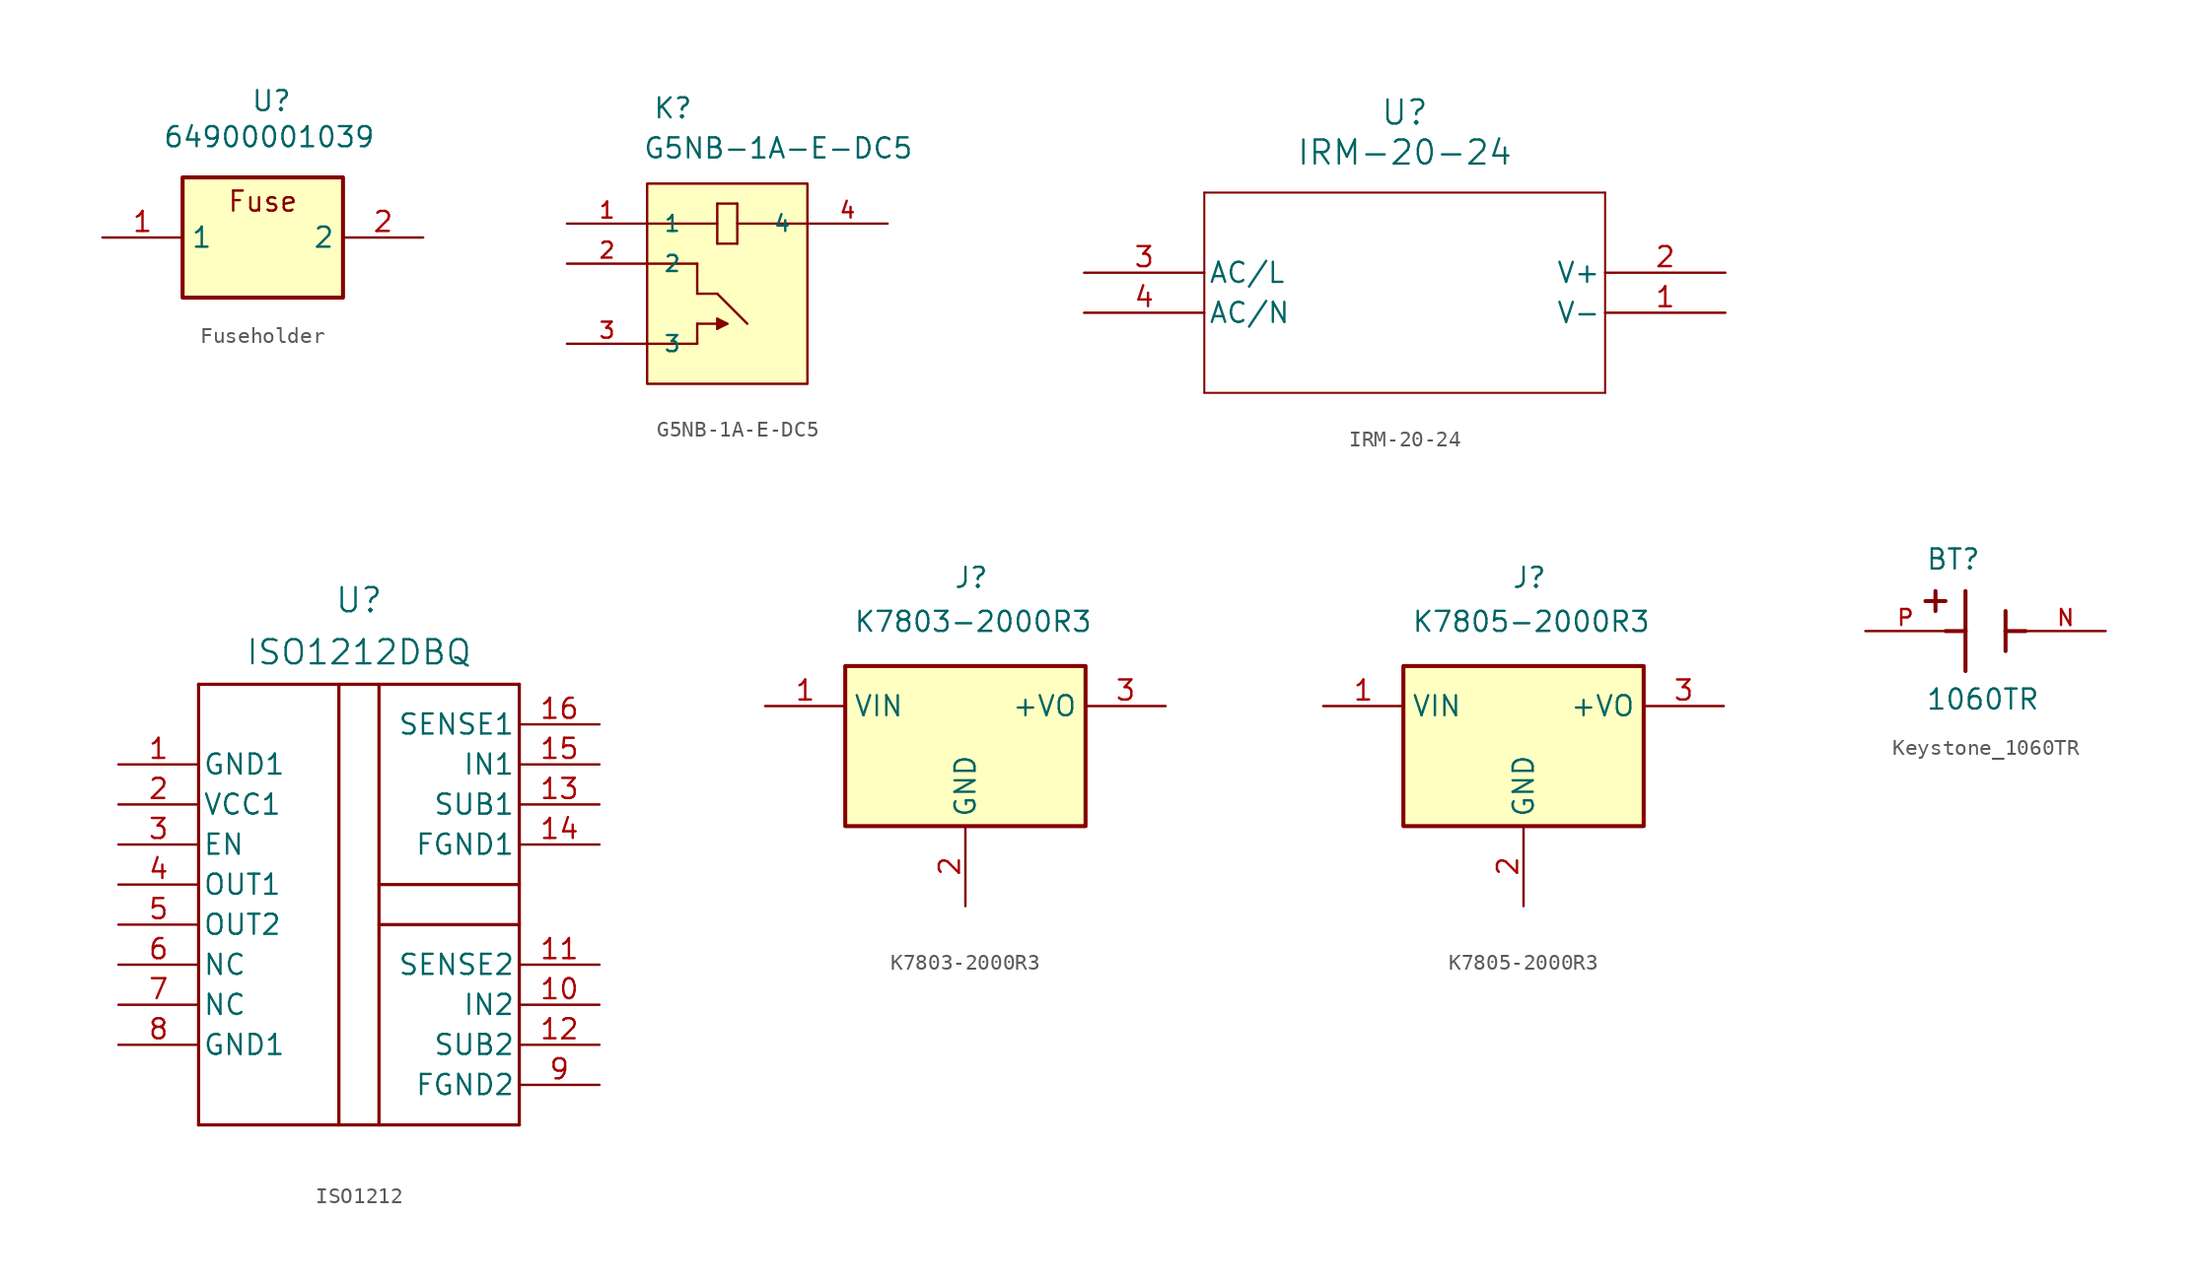
<source format=kicad_sym>
(kicad_symbol_lib
  (version 20231120)
  (generator "kicad_symbol_editor")
  (generator_version "8.0")
  (symbol "Fuseholder"
    (property "Reference" "U"
      (at -0.762 5.588 0)
      (effects (font (size 1.27 1.27)) (justify left top)))
    (property "Value" "64900001039"
      (at -6.35 3.302 0)
      (effects (font (size 1.27 1.27)) (justify left top)))
    (symbol "Fuseholder_1_1"
      (rectangle (start -5.08 0) (end 5.08 -7.62) (stroke (width 0.254) (type default)) (fill (type background)))
      (text "Fuse" (at 0 -1.524 0) (effects (font (size 1.27 1.27))))
      (pin passive line (at -10.16 -3.81 0) (length 5.08) (name "1" (effects (font (size 1.27 1.27)))) (number "1" (effects (font (size 1.27 1.27)))))
      (pin passive line (at 10.16 -3.81 180) (length 5.08) (name "2" (effects (font (size 1.27 1.27)))) (number "2" (effects (font (size 1.27 1.27)))))))
  (symbol "G5NB-1A-E-DC5"
    (pin_names
      (offset 1.016))
    (property "Reference" "K"
      (at 7.975 6.579 0)
      (effects (font (size 1.27 1.27)) (justify left bottom)))
    (property "Value" "G5NB-1A-E-DC5"
      (at 7.335 4.039 0)
      (effects (font (size 1.27 1.27)) (justify left bottom)))
    (symbol "G5NB-1A-E-DC5_0_0"
      (polyline (pts (xy 7.62 -7.62) (xy 10.795 -7.62)) (stroke (width 0.152) (type default)) (fill (type none)))
      (polyline (pts (xy 7.62 -2.54) (xy 10.795 -2.54)) (stroke (width 0.152) (type default)) (fill (type none)))
      (polyline (pts (xy 7.62 0) (xy 12.065 0)) (stroke (width 0.152) (type default)) (fill (type none)))
      (polyline (pts (xy 10.795 -7.62) (xy 10.795 -6.35)) (stroke (width 0.152) (type default)) (fill (type none)))
      (polyline (pts (xy 10.795 -6.35) (xy 12.065 -6.35)) (stroke (width 0.152) (type default)) (fill (type none)))
      (polyline (pts (xy 10.795 -4.445) (xy 12.065 -4.445)) (stroke (width 0.152) (type default)) (fill (type none)))
      (polyline (pts (xy 10.795 -2.54) (xy 10.795 -4.445)) (stroke (width 0.152) (type default)) (fill (type none)))
      (polyline (pts (xy 12.065 -6.668) (xy 12.7 -6.35)) (stroke (width 0.152) (type default)) (fill (type none)))
      (polyline (pts (xy 12.065 -6.032) (xy 12.065 -6.668)) (stroke (width 0.152) (type default)) (fill (type none)))
      (polyline (pts (xy 12.065 -4.445) (xy 13.97 -6.35)) (stroke (width 0.152) (type default)) (fill (type none)))
      (polyline (pts (xy 12.065 -1.27) (xy 13.335 -1.27)) (stroke (width 0.152) (type default)) (fill (type none)))
      (polyline (pts (xy 12.065 1.27) (xy 12.065 -1.27)) (stroke (width 0.152) (type default)) (fill (type none)))
      (polyline (pts (xy 12.7 -6.35) (xy 12.065 -6.032)) (stroke (width 0.152) (type default)) (fill (type none)))
      (polyline (pts (xy 13.335 -1.27) (xy 13.335 1.27)) (stroke (width 0.152) (type default)) (fill (type none)))
      (polyline (pts (xy 13.335 0) (xy 17.78 0)) (stroke (width 0.152) (type default)) (fill (type none)))
      (polyline (pts (xy 13.335 1.27) (xy 12.065 1.27)) (stroke (width 0.152) (type default)) (fill (type none)))
      (polyline (pts (xy 12.065 -6.032) (xy 12.065 -6.668) (xy 12.7 -6.35) (xy 12.065 -6.032)) (stroke (width 0.025) (type default)) (fill (type outline)))
      (rectangle (start 7.62 -10.16) (end 17.78 2.54) (stroke (width 0.152) (type default)) (fill (type background)))
      (pin passive line (at 2.54 0 0) (length 5.08) (name "1" (effects (font (size 1.016 1.016)))) (number "1" (effects (font (size 1.016 1.016)))))
      (pin passive line (at 2.54 -2.54 0) (length 5.08) (name "2" (effects (font (size 1.016 1.016)))) (number "2" (effects (font (size 1.016 1.016)))))
      (pin passive line (at 2.54 -7.62 0) (length 5.08) (name "3" (effects (font (size 1.016 1.016)))) (number "3" (effects (font (size 1.016 1.016)))))
      (pin passive line (at 22.86 0 180) (length 5.08) (name "4" (effects (font (size 1.016 1.016)))) (number "4" (effects (font (size 1.016 1.016)))))))
  (symbol "IRM-20-24"
    (pin_names
      (offset 0.254))
    (property "Reference" "U"
      (at 0 5.08 0)
      (effects (font (size 1.524 1.524))))
    (property "Value" "IRM-20-24"
      (at 0 2.54 0)
      (effects (font (size 1.524 1.524))))
    (symbol "IRM-20-24_0_1"
      (polyline (pts (xy -12.7 -12.7) (xy 12.7 -12.7)) (stroke (width 0.127) (type default)) (fill (type none)))
      (polyline (pts (xy -12.7 0) (xy -12.7 -12.7)) (stroke (width 0.127) (type default)) (fill (type none)))
      (polyline (pts (xy 12.7 -12.7) (xy 12.7 0)) (stroke (width 0.127) (type default)) (fill (type none)))
      (polyline (pts (xy 12.7 0) (xy -12.7 0)) (stroke (width 0.127) (type default)) (fill (type none)))
      (pin power_in line (at 20.32 -7.62 180) (length 7.62) (name "V-" (effects (font (size 1.27 1.27)))) (number "1" (effects (font (size 1.27 1.27)))))
      (pin power_in line (at 20.32 -5.08 180) (length 7.62) (name "V+" (effects (font (size 1.27 1.27)))) (number "2" (effects (font (size 1.27 1.27)))))
      (pin unspecified line (at -20.32 -5.08 0) (length 7.62) (name "AC/L" (effects (font (size 1.27 1.27)))) (number "3" (effects (font (size 1.27 1.27)))))
      (pin unspecified line (at -20.32 -7.62 0) (length 7.62) (name "AC/N" (effects (font (size 1.27 1.27)))) (number "4" (effects (font (size 1.27 1.27)))))))
  (symbol "ISO1212"
    (pin_names
      (offset 0.254))
    (property "Reference" "U"
      (at 0 28.194 0)
      (effects (font (size 1.524 1.524))))
    (property "Value" "ISO1212DBQ"
      (at 0 24.892 0)
      (effects (font (size 1.524 1.524))))
    (symbol "ISO1212_0_1"
      (polyline (pts (xy -10.16 -5.08) (xy 10.16 -5.08)) (stroke (width 0.203) (type default)) (fill (type none)))
      (polyline (pts (xy -10.16 22.86) (xy -10.16 -5.08)) (stroke (width 0.203) (type default)) (fill (type none)))
      (polyline (pts (xy -1.27 -5.08) (xy -1.27 22.86)) (stroke (width 0.203) (type default)) (fill (type none)))
      (polyline (pts (xy 1.27 -5.08) (xy 1.27 22.86)) (stroke (width 0.203) (type default)) (fill (type none)))
      (polyline (pts (xy 1.27 7.62) (xy 10.16 7.62)) (stroke (width 0.203) (type default)) (fill (type none)))
      (polyline (pts (xy 1.27 10.16) (xy 10.16 10.16)) (stroke (width 0.203) (type default)) (fill (type none)))
      (polyline (pts (xy 10.16 -5.08) (xy 10.16 22.86)) (stroke (width 0.203) (type default)) (fill (type none)))
      (polyline (pts (xy 10.16 22.86) (xy -10.16 22.86)) (stroke (width 0.203) (type default)) (fill (type none)))
      (pin power_in line (at -15.24 17.78 0) (length 5.08) (name "GND1" (effects (font (size 1.27 1.27)))) (number "1" (effects (font (size 1.27 1.27)))))
      (pin input line (at 15.24 2.54 180) (length 5.08) (name "IN2" (effects (font (size 1.27 1.27)))) (number "10" (effects (font (size 1.27 1.27)))))
      (pin input line (at 15.24 5.08 180) (length 5.08) (name "SENSE2" (effects (font (size 1.27 1.27)))) (number "11" (effects (font (size 1.27 1.27)))))
      (pin power_in line (at 15.24 0 180) (length 5.08) (name "SUB2" (effects (font (size 1.27 1.27)))) (number "12" (effects (font (size 1.27 1.27)))))
      (pin power_in line (at 15.24 15.24 180) (length 5.08) (name "SUB1" (effects (font (size 1.27 1.27)))) (number "13" (effects (font (size 1.27 1.27)))))
      (pin power_in line (at 15.24 12.7 180) (length 5.08) (name "FGND1" (effects (font (size 1.27 1.27)))) (number "14" (effects (font (size 1.27 1.27)))))
      (pin input line (at 15.24 17.78 180) (length 5.08) (name "IN1" (effects (font (size 1.27 1.27)))) (number "15" (effects (font (size 1.27 1.27)))))
      (pin input line (at 15.24 20.32 180) (length 5.08) (name "SENSE1" (effects (font (size 1.27 1.27)))) (number "16" (effects (font (size 1.27 1.27)))))
      (pin power_in line (at -15.24 15.24 0) (length 5.08) (name "VCC1" (effects (font (size 1.27 1.27)))) (number "2" (effects (font (size 1.27 1.27)))))
      (pin input line (at -15.24 12.7 0) (length 5.08) (name "EN" (effects (font (size 1.27 1.27)))) (number "3" (effects (font (size 1.27 1.27)))))
      (pin output line (at -15.24 10.16 0) (length 5.08) (name "OUT1" (effects (font (size 1.27 1.27)))) (number "4" (effects (font (size 1.27 1.27)))))
      (pin output line (at -15.24 7.62 0) (length 5.08) (name "OUT2" (effects (font (size 1.27 1.27)))) (number "5" (effects (font (size 1.27 1.27)))))
      (pin unspecified line (at -15.24 5.08 0) (length 5.08) (name "NC" (effects (font (size 1.27 1.27)))) (number "6" (effects (font (size 1.27 1.27)))))
      (pin unspecified line (at -15.24 2.54 0) (length 5.08) (name "NC" (effects (font (size 1.27 1.27)))) (number "7" (effects (font (size 1.27 1.27)))))
      (pin power_in line (at -15.24 0 0) (length 5.08) (name "GND1" (effects (font (size 1.27 1.27)))) (number "8" (effects (font (size 1.27 1.27)))))
      (pin power_in line (at 15.24 -2.54 180) (length 5.08) (name "FGND2" (effects (font (size 1.27 1.27)))) (number "9" (effects (font (size 1.27 1.27)))))))
  (symbol "K7803-2000R3"
    (property "Reference" "J"
      (at -0.762 6.35 0)
      (effects (font (size 1.27 1.27)) (justify left top)))
    (property "Value" "K7803-2000R3"
      (at -7.112 3.556 0)
      (effects (font (size 1.27 1.27)) (justify left top)))
    (symbol "K7803-2000R3_1_1"
      (rectangle (start -7.62 0) (end 7.62 -10.16) (stroke (width 0.254) (type default)) (fill (type background)))
      (pin passive line (at -12.7 -2.54 0) (length 5.08) (name "VIN" (effects (font (size 1.27 1.27)))) (number "1" (effects (font (size 1.27 1.27)))))
      (pin passive line (at 0 -15.24 90) (length 5.08) (name "GND" (effects (font (size 1.27 1.27)))) (number "2" (effects (font (size 1.27 1.27)))))
      (pin passive line (at 12.7 -2.54 180) (length 5.08) (name "+VO" (effects (font (size 1.27 1.27)))) (number "3" (effects (font (size 1.27 1.27)))))))
  (symbol "K7805-2000R3"
    (property "Reference" "J"
      (at -0.762 6.35 0)
      (effects (font (size 1.27 1.27)) (justify left top)))
    (property "Value" "K7805-2000R3"
      (at -7.112 3.556 0)
      (effects (font (size 1.27 1.27)) (justify left top)))
    (symbol "K7805-2000R3_1_1"
      (rectangle (start -7.62 0) (end 7.62 -10.16) (stroke (width 0.254) (type default)) (fill (type background)))
      (pin passive line (at -12.7 -2.54 0) (length 5.08) (name "VIN" (effects (font (size 1.27 1.27)))) (number "1" (effects (font (size 1.27 1.27)))))
      (pin passive line (at 0 -15.24 90) (length 5.08) (name "GND" (effects (font (size 1.27 1.27)))) (number "2" (effects (font (size 1.27 1.27)))))
      (pin passive line (at 12.7 -2.54 180) (length 5.08) (name "+VO" (effects (font (size 1.27 1.27)))) (number "3" (effects (font (size 1.27 1.27)))))))
  (symbol "Keystone_1060TR"
    (pin_names
      (offset 1.016))
    (property "Reference" "BT"
      (at -3.81 3.81 0)
      (effects (font (size 1.27 1.27)) (justify left bottom)))
    (property "Value" "1060TR"
      (at -3.81 -5.08 0)
      (effects (font (size 1.27 1.27)) (justify left bottom)))
    (symbol "Keystone_1060TR_0_0"
      (polyline (pts (xy -3.81 1.905) (xy -2.54 1.905)) (stroke (width 0.254) (type default)) (fill (type none)))
      (polyline (pts (xy -3.175 2.54) (xy -3.175 1.27)) (stroke (width 0.254) (type default)) (fill (type none)))
      (polyline (pts (xy -1.27 0) (xy -2.54 0)) (stroke (width 0.254) (type default)) (fill (type none)))
      (polyline (pts (xy -1.27 0) (xy -1.27 -2.54)) (stroke (width 0.254) (type default)) (fill (type none)))
      (polyline (pts (xy -1.27 2.54) (xy -1.27 0)) (stroke (width 0.254) (type default)) (fill (type none)))
      (polyline (pts (xy 1.27 0) (xy 1.27 -1.27)) (stroke (width 0.254) (type default)) (fill (type none)))
      (polyline (pts (xy 1.27 0) (xy 2.54 0)) (stroke (width 0.254) (type default)) (fill (type none)))
      (polyline (pts (xy 1.27 1.27) (xy 1.27 0)) (stroke (width 0.254) (type default)) (fill (type none)))
      (pin passive line (at 7.62 0 180) (length 5.08) (name "~" (effects (font (size 1.016 1.016)))) (number "N" (effects (font (size 1.016 1.016)))))
      (pin passive line (at -7.62 0 0) (length 5.08) (name "~" (effects (font (size 1.016 1.016)))) (number "P" (effects (font (size 1.016 1.016))))))))
</source>
